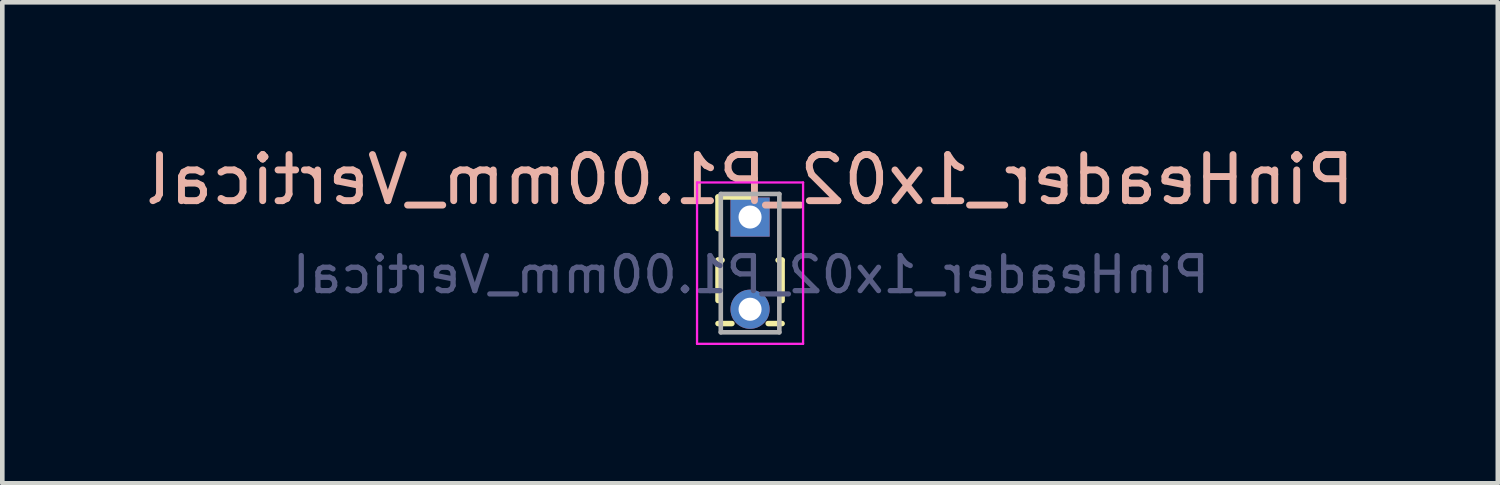
<source format=kicad_pcb>
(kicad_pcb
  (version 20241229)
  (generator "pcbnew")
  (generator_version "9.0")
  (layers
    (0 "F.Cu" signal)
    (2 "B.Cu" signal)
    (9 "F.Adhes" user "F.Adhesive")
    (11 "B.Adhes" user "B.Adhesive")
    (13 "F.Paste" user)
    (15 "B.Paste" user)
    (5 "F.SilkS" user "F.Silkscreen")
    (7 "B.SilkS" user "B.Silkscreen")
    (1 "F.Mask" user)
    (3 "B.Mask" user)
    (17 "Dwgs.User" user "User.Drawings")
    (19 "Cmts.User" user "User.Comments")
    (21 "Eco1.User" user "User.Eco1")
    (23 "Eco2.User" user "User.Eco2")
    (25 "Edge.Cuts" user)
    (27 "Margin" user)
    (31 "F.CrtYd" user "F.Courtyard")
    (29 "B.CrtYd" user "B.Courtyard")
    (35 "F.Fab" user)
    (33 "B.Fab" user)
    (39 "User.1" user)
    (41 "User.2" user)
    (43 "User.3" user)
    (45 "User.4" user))
  (footprint "PinHeader_1x02_P1.00mm_Vertical"
    (layer "F.Cu")
    (at 13.22 2.408)
    (property "Reference" "PinHeader_1x02_P1.00mm_Vertical" (at 0 -1.56 0) (layer "B.SilkS") (effects (font (size 1 1) (thickness 0.15)) (justify mirror)))
    (attr through_hole)
    (fp_line (start -0.695 -1.185) (end 0 -1.185) (stroke (width 0.12) (type solid)) (layer "F.SilkS"))
    (fp_line (start -0.695 -0.5) (end -0.695 -1.185) (stroke (width 0.12) (type solid)) (layer "F.SilkS"))
    (fp_line (start -0.695 0.185) (end -0.695 1.06) (stroke (width 0.12) (type solid)) (layer "F.SilkS"))
    (fp_line (start -0.695 0.185) (end -0.608 0.185) (stroke (width 0.12) (type solid)) (layer "F.SilkS"))
    (fp_line (start -0.695 1.56) (end -0.394 1.56) (stroke (width 0.12) (type solid)) (layer "F.SilkS"))
    (fp_line (start 0.394 1.56) (end 0.695 1.56) (stroke (width 0.12) (type solid)) (layer "F.SilkS"))
    (fp_line (start 0.608 0.185) (end 0.695 0.185) (stroke (width 0.12) (type solid)) (layer "F.SilkS"))
    (fp_line (start 0.695 0.185) (end 0.695 1.06) (stroke (width 0.12) (type solid)) (layer "F.SilkS"))
    (fp_line (start -1.15 -1.5) (end -1.15 2) (stroke (width 0.05) (type solid)) (layer "F.CrtYd"))
    (fp_line (start -1.15 2) (end 1.15 2) (stroke (width 0.05) (type solid)) (layer "F.CrtYd"))
    (fp_line (start 1.15 -1.5) (end -1.15 -1.5) (stroke (width 0.05) (type solid)) (layer "F.CrtYd"))
    (fp_line (start 1.15 2) (end 1.15 -1.5) (stroke (width 0.05) (type solid)) (layer "F.CrtYd"))
    (fp_line (start -0.635 -1.25) (end 0.635 -1.25) (stroke (width 0.1) (type solid)) (layer "F.Fab"))
    (fp_line (start -0.635 1.75) (end -0.635 -1.25) (stroke (width 0.1) (type solid)) (layer "F.Fab"))
    (fp_line (start 0.635 -1.25) (end 0.635 1.75) (stroke (width 0.1) (type solid)) (layer "F.Fab"))
    (fp_line (start 0.635 1.75) (end -0.635 1.75) (stroke (width 0.1) (type solid)) (layer "F.Fab"))
    (fp_text user "${REFERENCE}" (at 0 0.5 180) (layer "B.Fab") (effects (font (size 0.76 0.76) (thickness 0.114)) (justify mirror)))
    (pad "1" thru_hole rect (at 0 -0.75) (size 0.85 0.85) (drill 0.5) (layers "*.Cu" "*.Mask"))
    (pad "2" thru_hole oval (at 0 1.25) (size 0.85 0.85) (drill 0.5) (layers "*.Cu" "*.Mask")))
  (gr_rect
    (start -3 -3)
    (end 29.44 7.433)
    (stroke (width 0.1) (type default))
    (fill no)
    (layer "Edge.Cuts")))
</source>
